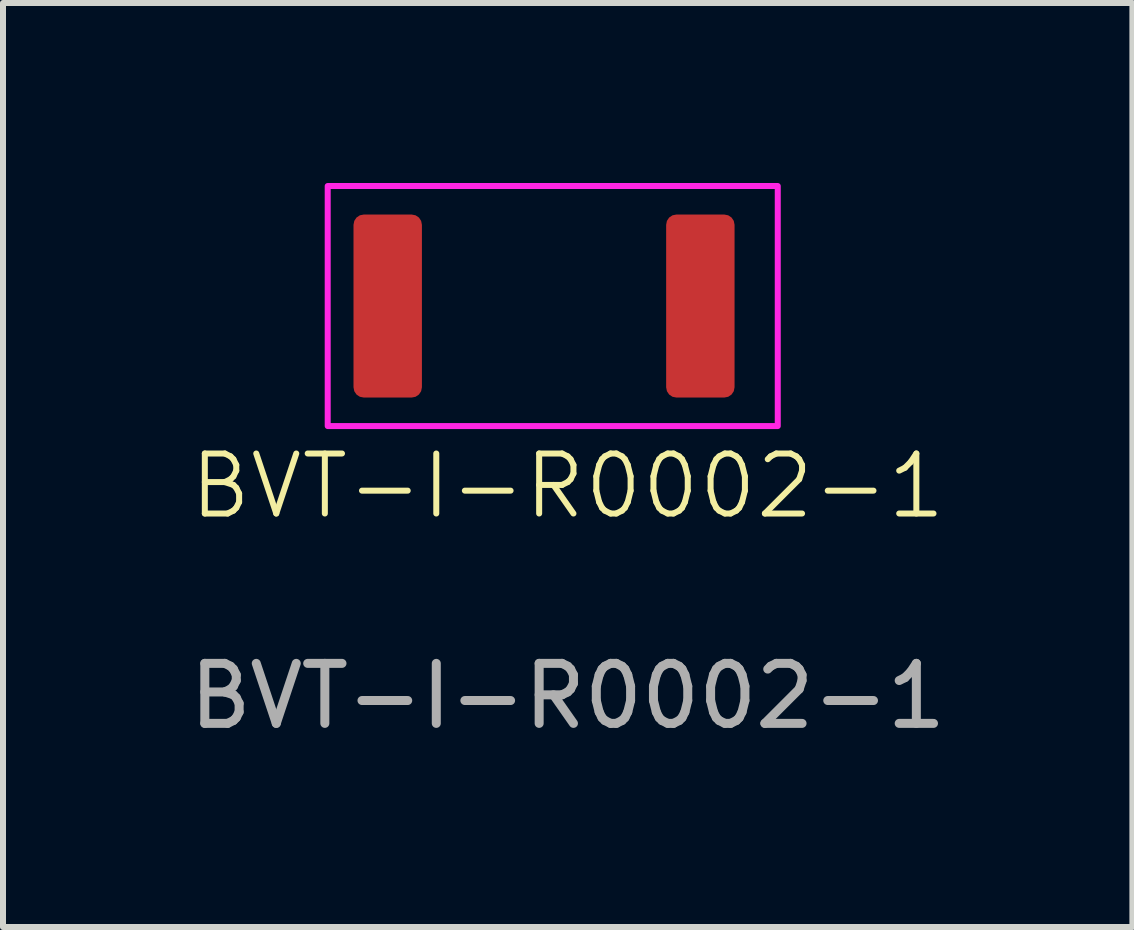
<source format=kicad_pcb>
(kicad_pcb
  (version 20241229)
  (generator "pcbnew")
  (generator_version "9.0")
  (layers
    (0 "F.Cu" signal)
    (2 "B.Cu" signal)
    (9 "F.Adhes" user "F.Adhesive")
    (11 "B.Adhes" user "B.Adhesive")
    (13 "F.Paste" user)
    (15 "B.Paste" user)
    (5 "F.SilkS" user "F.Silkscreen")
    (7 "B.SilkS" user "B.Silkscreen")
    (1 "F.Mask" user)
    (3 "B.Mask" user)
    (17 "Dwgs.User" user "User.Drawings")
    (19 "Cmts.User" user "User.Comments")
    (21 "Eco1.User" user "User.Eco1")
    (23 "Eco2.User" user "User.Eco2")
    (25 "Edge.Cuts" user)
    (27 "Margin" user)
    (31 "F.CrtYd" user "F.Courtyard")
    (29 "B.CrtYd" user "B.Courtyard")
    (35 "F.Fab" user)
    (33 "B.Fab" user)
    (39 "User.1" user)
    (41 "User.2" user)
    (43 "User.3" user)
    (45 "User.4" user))
  (footprint "BVT-I-R0002-1"
    (layer "F.Cu")
    (at 3.411 2.05)
    (property "Reference" "BVT-I-R0002-1" (at 3 3 0) (unlocked yes) (layer "F.SilkS") (effects (font (size 1 1) (thickness 0.1))))
    (attr smd)
    (fp_rect (start -1 -2) (end 6.5 2) (stroke (width 0.1) (type solid)) (fill no) (layer "F.CrtYd"))
    (fp_text user "${REFERENCE}" (at 3 6.5 0) (unlocked yes) (layer "F.Fab") (effects (font (size 1 1) (thickness 0.15))))
    (pad "1" smd roundrect (at 0 0) (size 1.14 3.05) (layers "F.Cu" "F.Mask" "F.Paste") (roundrect_rratio 0.15))
    (pad "2" smd roundrect (at 5.21 0) (size 1.14 3.05) (layers "F.Cu" "F.Mask" "F.Paste") (roundrect_rratio 0.15)))
  (gr_rect
    (start -3 -3)
    (end 15.821 12.398)
    (stroke (width 0.1) (type default))
    (fill no)
    (layer "Edge.Cuts")))
</source>
